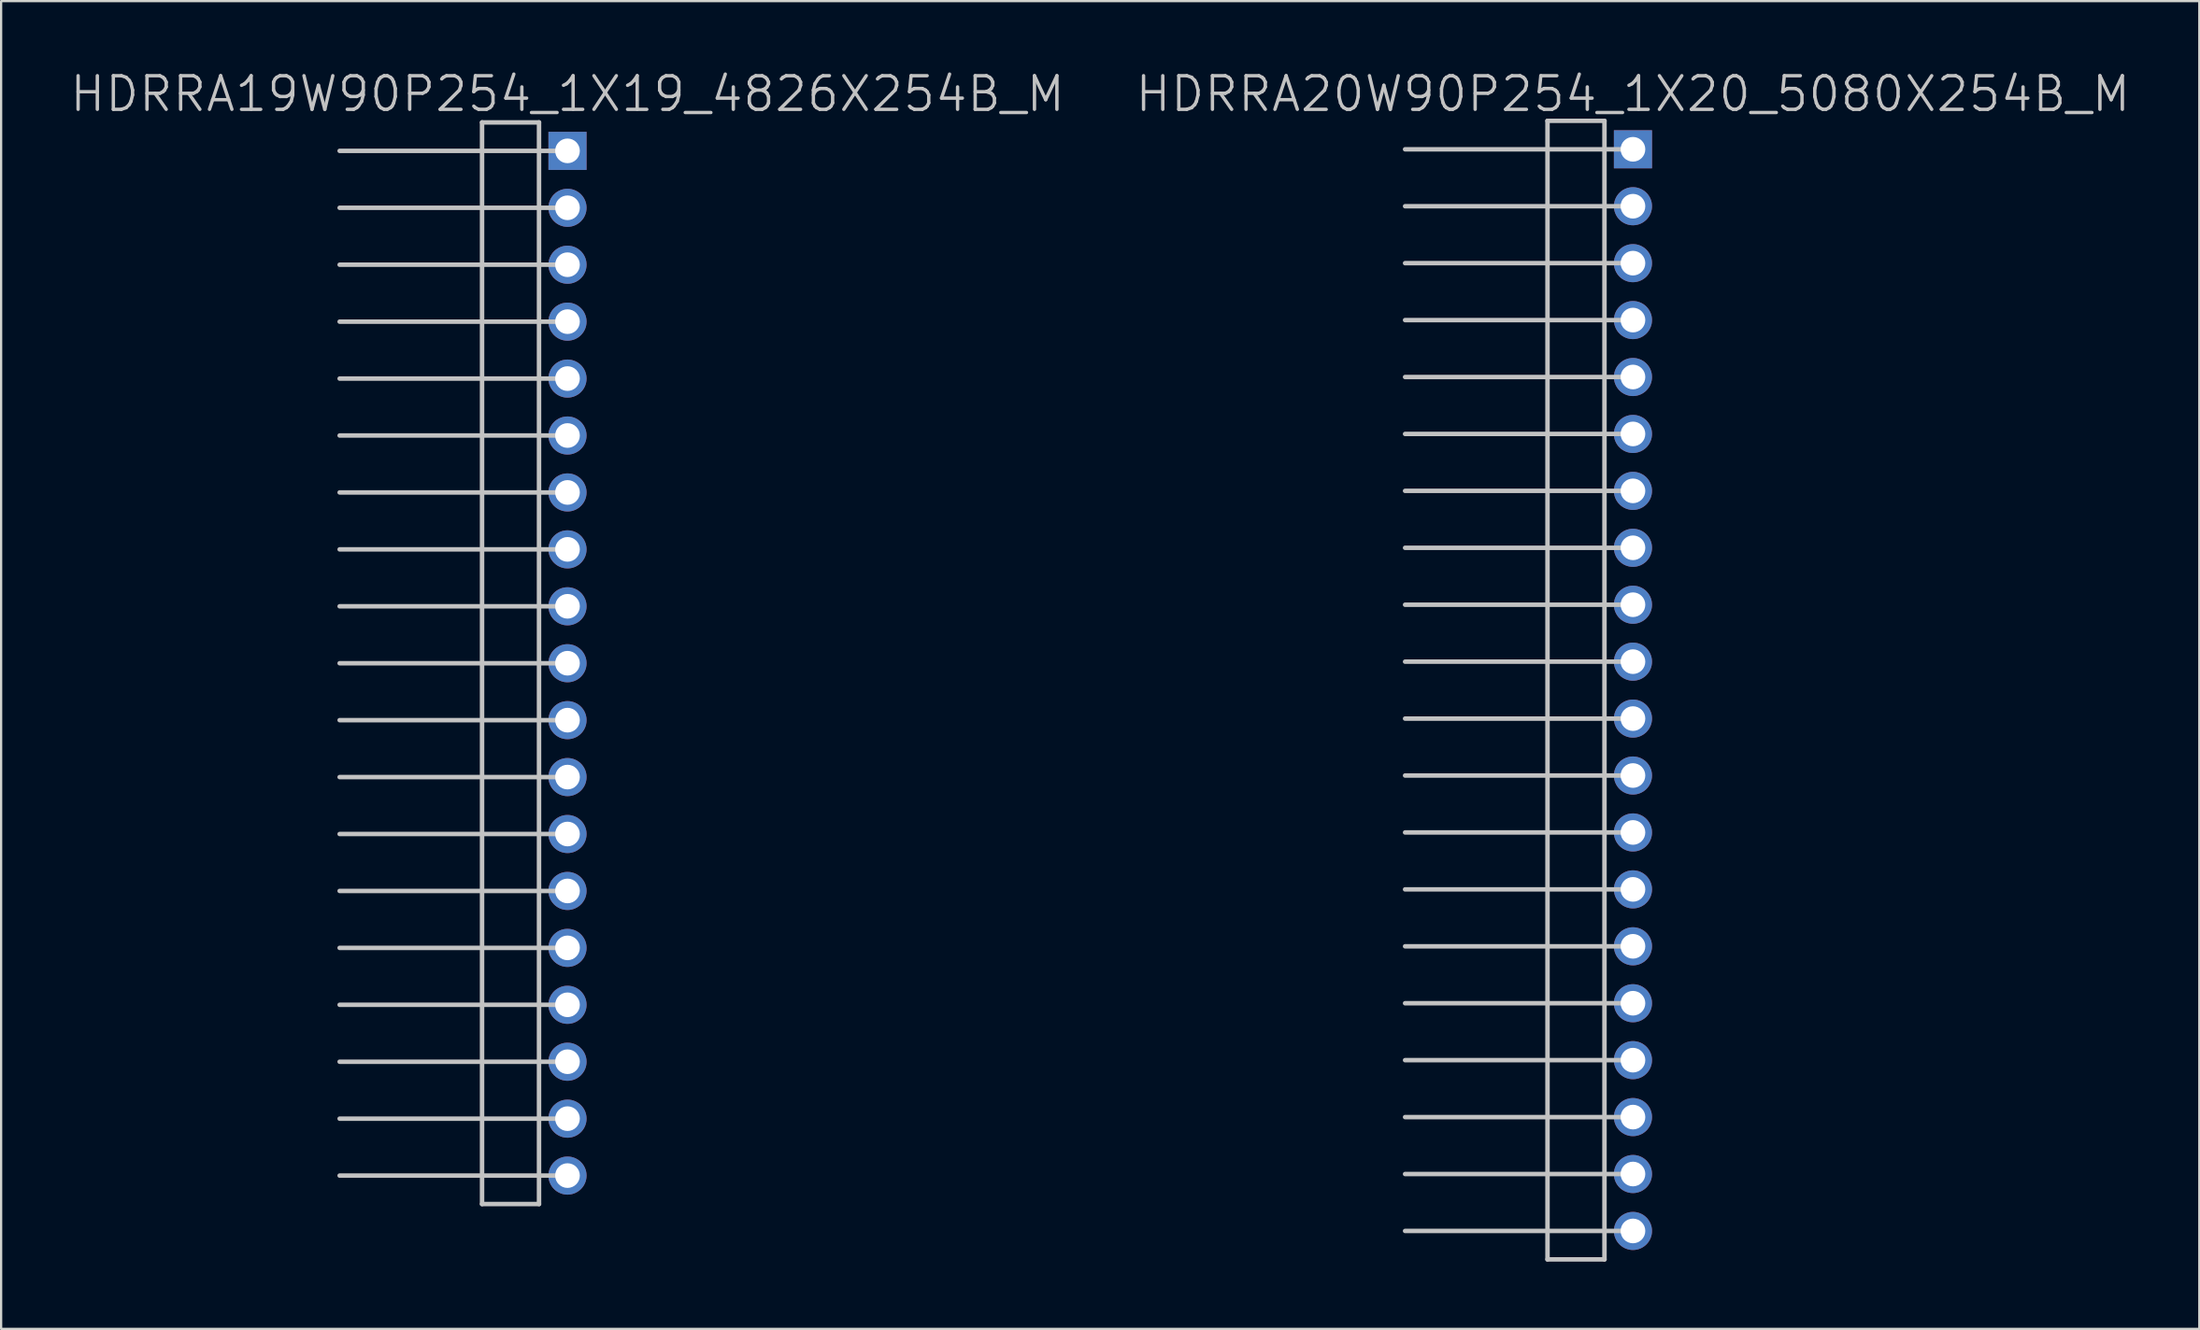
<source format=kicad_pcb>
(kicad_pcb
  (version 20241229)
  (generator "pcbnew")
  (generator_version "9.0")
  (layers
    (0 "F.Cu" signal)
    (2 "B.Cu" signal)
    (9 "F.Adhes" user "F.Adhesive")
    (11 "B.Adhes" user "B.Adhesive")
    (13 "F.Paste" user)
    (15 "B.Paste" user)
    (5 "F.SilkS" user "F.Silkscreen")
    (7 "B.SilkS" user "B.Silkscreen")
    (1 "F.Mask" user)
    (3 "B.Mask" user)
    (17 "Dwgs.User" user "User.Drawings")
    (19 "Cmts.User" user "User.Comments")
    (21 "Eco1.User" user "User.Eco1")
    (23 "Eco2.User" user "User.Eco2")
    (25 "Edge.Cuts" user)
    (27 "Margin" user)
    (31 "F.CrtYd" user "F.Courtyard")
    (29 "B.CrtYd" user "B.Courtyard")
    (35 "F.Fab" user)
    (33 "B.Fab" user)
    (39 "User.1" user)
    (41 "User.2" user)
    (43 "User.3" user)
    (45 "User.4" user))
  (footprint "HDRRA20W90P254_1X20_5080X254B_M"
    (layer "F.Cu")
    (at 69.761 27.741)
    (property "Reference" "HDRRA20W90P254_1X20_5080X254B_M" (at 0 -26.6 180) (layer "Dwgs.User") (effects (font (size 1.5 1.5) (thickness 0.15))))
    (attr through_hole)
    (fp_line (start -10.16 -19.05) (end 0 -19.05) (stroke (width 0.2) (type solid)) (layer "Dwgs.User"))
    (fp_line (start -10.16 6.35) (end 0 6.35) (stroke (width 0.2) (type solid)) (layer "Dwgs.User"))
    (fp_line (start -3.81 -25.4) (end -1.27 -25.4) (stroke (width 0.2) (type solid)) (layer "Dwgs.User"))
    (fp_line (start -3.81 25.4) (end -3.81 -25.4) (stroke (width 0.2) (type solid)) (layer "Dwgs.User"))
    (fp_line (start -1.27 -25.4) (end -1.27 25.4) (stroke (width 0.2) (type solid)) (layer "Dwgs.User"))
    (fp_line (start -1.27 25.4) (end -3.81 25.4) (stroke (width 0.2) (type solid)) (layer "Dwgs.User"))
    (fp_line (start 0 -24.13) (end -10.16 -24.13) (stroke (width 0.2) (type solid)) (layer "Dwgs.User"))
    (fp_line (start 0 -21.59) (end -10.16 -21.59) (stroke (width 0.2) (type solid)) (layer "Dwgs.User"))
    (fp_line (start 0 -16.51) (end -10.16 -16.51) (stroke (width 0.2) (type solid)) (layer "Dwgs.User"))
    (fp_line (start 0 -13.97) (end -10.16 -13.97) (stroke (width 0.2) (type solid)) (layer "Dwgs.User"))
    (fp_line (start 0 -11.43) (end -10.16 -11.43) (stroke (width 0.2) (type solid)) (layer "Dwgs.User"))
    (fp_line (start 0 -8.89) (end -10.16 -8.89) (stroke (width 0.2) (type solid)) (layer "Dwgs.User"))
    (fp_line (start 0 -6.35) (end -10.16 -6.35) (stroke (width 0.2) (type solid)) (layer "Dwgs.User"))
    (fp_line (start 0 -3.81) (end -10.16 -3.81) (stroke (width 0.2) (type solid)) (layer "Dwgs.User"))
    (fp_line (start 0 -1.27) (end -10.16 -1.27) (stroke (width 0.2) (type solid)) (layer "Dwgs.User"))
    (fp_line (start 0 1.27) (end -10.16 1.27) (stroke (width 0.2) (type solid)) (layer "Dwgs.User"))
    (fp_line (start 0 3.81) (end -10.16 3.81) (stroke (width 0.2) (type solid)) (layer "Dwgs.User"))
    (fp_line (start 0 8.89) (end -10.16 8.89) (stroke (width 0.2) (type solid)) (layer "Dwgs.User"))
    (fp_line (start 0 11.43) (end -10.16 11.43) (stroke (width 0.2) (type solid)) (layer "Dwgs.User"))
    (fp_line (start 0 13.97) (end -10.16 13.97) (stroke (width 0.2) (type solid)) (layer "Dwgs.User"))
    (fp_line (start 0 16.51) (end -10.16 16.51) (stroke (width 0.2) (type solid)) (layer "Dwgs.User"))
    (fp_line (start 0 19.05) (end -10.16 19.05) (stroke (width 0.2) (type solid)) (layer "Dwgs.User"))
    (fp_line (start 0 21.59) (end -10.16 21.59) (stroke (width 0.2) (type solid)) (layer "Dwgs.User"))
    (fp_line (start 0 24.13) (end -10.16 24.13) (stroke (width 0.2) (type solid)) (layer "Dwgs.User"))
    (pad "1" thru_hole rect (at 0 -24.13) (size 1.7 1.7) (drill 1.1) (layers "*.Cu" "*.Mask"))
    (pad "2" thru_hole circle (at 0 -21.59 270) (size 1.7 1.7) (drill 1.1) (layers "*.Cu" "*.Mask"))
    (pad "3" thru_hole circle (at 0 -19.05 270) (size 1.7 1.7) (drill 1.1) (layers "*.Cu" "*.Mask"))
    (pad "4" thru_hole circle (at 0 -16.51 270) (size 1.7 1.7) (drill 1.1) (layers "*.Cu" "*.Mask"))
    (pad "5" thru_hole circle (at 0 -13.97 270) (size 1.7 1.7) (drill 1.1) (layers "*.Cu" "*.Mask"))
    (pad "6" thru_hole circle (at 0 -11.43 270) (size 1.7 1.7) (drill 1.1) (layers "*.Cu" "*.Mask"))
    (pad "7" thru_hole circle (at 0 -8.89 270) (size 1.7 1.7) (drill 1.1) (layers "*.Cu" "*.Mask"))
    (pad "8" thru_hole circle (at 0 -6.35 270) (size 1.7 1.7) (drill 1.1) (layers "*.Cu" "*.Mask"))
    (pad "9" thru_hole circle (at 0 -3.81 270) (size 1.7 1.7) (drill 1.1) (layers "*.Cu" "*.Mask"))
    (pad "10" thru_hole circle (at 0 -1.27 270) (size 1.7 1.7) (drill 1.1) (layers "*.Cu" "*.Mask"))
    (pad "11" thru_hole circle (at 0 1.27 270) (size 1.7 1.7) (drill 1.1) (layers "*.Cu" "*.Mask"))
    (pad "12" thru_hole circle (at 0 3.81 270) (size 1.7 1.7) (drill 1.1) (layers "*.Cu" "*.Mask"))
    (pad "13" thru_hole circle (at 0 6.35 270) (size 1.7 1.7) (drill 1.1) (layers "*.Cu" "*.Mask"))
    (pad "14" thru_hole circle (at 0 8.89 270) (size 1.7 1.7) (drill 1.1) (layers "*.Cu" "*.Mask"))
    (pad "15" thru_hole circle (at 0 11.43 270) (size 1.7 1.7) (drill 1.1) (layers "*.Cu" "*.Mask"))
    (pad "16" thru_hole circle (at 0 13.97 270) (size 1.7 1.7) (drill 1.1) (layers "*.Cu" "*.Mask"))
    (pad "17" thru_hole circle (at 0 16.51 270) (size 1.7 1.7) (drill 1.1) (layers "*.Cu" "*.Mask"))
    (pad "18" thru_hole circle (at 0 19.05 270) (size 1.7 1.7) (drill 1.1) (layers "*.Cu" "*.Mask"))
    (pad "19" thru_hole circle (at 0 21.59 270) (size 1.7 1.7) (drill 1.1) (layers "*.Cu" "*.Mask"))
    (pad "20" thru_hole circle (at 0 24.13 270) (size 1.7 1.7) (drill 1.1) (layers "*.Cu" "*.Mask")))
  (footprint "HDRRA19W90P254_1X19_4826X254B_M"
    (layer "F.Cu")
    (at 22.254 26.541)
    (property "Reference" "HDRRA19W90P254_1X19_4826X254B_M" (at 0 -25.4 180) (layer "Dwgs.User") (effects (font (size 1.5 1.5) (thickness 0.15))))
    (attr through_hole)
    (fp_line (start -10.16 -17.78) (end 0 -17.78) (stroke (width 0.2) (type solid)) (layer "Dwgs.User"))
    (fp_line (start -10.16 7.62) (end 0 7.62) (stroke (width 0.2) (type solid)) (layer "Dwgs.User"))
    (fp_line (start -3.81 -24.13) (end -1.27 -24.13) (stroke (width 0.2) (type solid)) (layer "Dwgs.User"))
    (fp_line (start -3.81 24.13) (end -3.81 -24.13) (stroke (width 0.2) (type solid)) (layer "Dwgs.User"))
    (fp_line (start -1.27 -24.13) (end -1.27 24.13) (stroke (width 0.2) (type solid)) (layer "Dwgs.User"))
    (fp_line (start -1.27 24.13) (end -3.81 24.13) (stroke (width 0.2) (type solid)) (layer "Dwgs.User"))
    (fp_line (start 0 -22.86) (end -10.16 -22.86) (stroke (width 0.2) (type solid)) (layer "Dwgs.User"))
    (fp_line (start 0 -20.32) (end -10.16 -20.32) (stroke (width 0.2) (type solid)) (layer "Dwgs.User"))
    (fp_line (start 0 -15.24) (end -10.16 -15.24) (stroke (width 0.2) (type solid)) (layer "Dwgs.User"))
    (fp_line (start 0 -12.7) (end -10.16 -12.7) (stroke (width 0.2) (type solid)) (layer "Dwgs.User"))
    (fp_line (start 0 -10.16) (end -10.16 -10.16) (stroke (width 0.2) (type solid)) (layer "Dwgs.User"))
    (fp_line (start 0 -7.62) (end -10.16 -7.62) (stroke (width 0.2) (type solid)) (layer "Dwgs.User"))
    (fp_line (start 0 -5.08) (end -10.16 -5.08) (stroke (width 0.2) (type solid)) (layer "Dwgs.User"))
    (fp_line (start 0 -2.54) (end -10.16 -2.54) (stroke (width 0.2) (type solid)) (layer "Dwgs.User"))
    (fp_line (start 0 0) (end -10.16 0) (stroke (width 0.2) (type solid)) (layer "Dwgs.User"))
    (fp_line (start 0 2.54) (end -10.16 2.54) (stroke (width 0.2) (type solid)) (layer "Dwgs.User"))
    (fp_line (start 0 5.08) (end -10.16 5.08) (stroke (width 0.2) (type solid)) (layer "Dwgs.User"))
    (fp_line (start 0 10.16) (end -10.16 10.16) (stroke (width 0.2) (type solid)) (layer "Dwgs.User"))
    (fp_line (start 0 12.7) (end -10.16 12.7) (stroke (width 0.2) (type solid)) (layer "Dwgs.User"))
    (fp_line (start 0 15.24) (end -10.16 15.24) (stroke (width 0.2) (type solid)) (layer "Dwgs.User"))
    (fp_line (start 0 17.78) (end -10.16 17.78) (stroke (width 0.2) (type solid)) (layer "Dwgs.User"))
    (fp_line (start 0 20.32) (end -10.16 20.32) (stroke (width 0.2) (type solid)) (layer "Dwgs.User"))
    (fp_line (start 0 22.86) (end -10.16 22.86) (stroke (width 0.2) (type solid)) (layer "Dwgs.User"))
    (pad "1" thru_hole rect (at 0 -22.86) (size 1.7 1.7) (drill 1.1) (layers "*.Cu" "*.Mask"))
    (pad "2" thru_hole circle (at 0 -20.32 270) (size 1.7 1.7) (drill 1.1) (layers "*.Cu" "*.Mask"))
    (pad "3" thru_hole circle (at 0 -17.78 270) (size 1.7 1.7) (drill 1.1) (layers "*.Cu" "*.Mask"))
    (pad "4" thru_hole circle (at 0 -15.24 270) (size 1.7 1.7) (drill 1.1) (layers "*.Cu" "*.Mask"))
    (pad "5" thru_hole circle (at 0 -12.7 270) (size 1.7 1.7) (drill 1.1) (layers "*.Cu" "*.Mask"))
    (pad "6" thru_hole circle (at 0 -10.16 270) (size 1.7 1.7) (drill 1.1) (layers "*.Cu" "*.Mask"))
    (pad "7" thru_hole circle (at 0 -7.62 270) (size 1.7 1.7) (drill 1.1) (layers "*.Cu" "*.Mask"))
    (pad "8" thru_hole circle (at 0 -5.08 270) (size 1.7 1.7) (drill 1.1) (layers "*.Cu" "*.Mask"))
    (pad "9" thru_hole circle (at 0 -2.54 270) (size 1.7 1.7) (drill 1.1) (layers "*.Cu" "*.Mask"))
    (pad "10" thru_hole circle (at 0 0 270) (size 1.7 1.7) (drill 1.1) (layers "*.Cu" "*.Mask"))
    (pad "11" thru_hole circle (at 0 2.54 270) (size 1.7 1.7) (drill 1.1) (layers "*.Cu" "*.Mask"))
    (pad "12" thru_hole circle (at 0 5.08 270) (size 1.7 1.7) (drill 1.1) (layers "*.Cu" "*.Mask"))
    (pad "13" thru_hole circle (at 0 7.62 270) (size 1.7 1.7) (drill 1.1) (layers "*.Cu" "*.Mask"))
    (pad "14" thru_hole circle (at 0 10.16 270) (size 1.7 1.7) (drill 1.1) (layers "*.Cu" "*.Mask"))
    (pad "15" thru_hole circle (at 0 12.7 270) (size 1.7 1.7) (drill 1.1) (layers "*.Cu" "*.Mask"))
    (pad "16" thru_hole circle (at 0 15.24 270) (size 1.7 1.7) (drill 1.1) (layers "*.Cu" "*.Mask"))
    (pad "17" thru_hole circle (at 0 17.78 270) (size 1.7 1.7) (drill 1.1) (layers "*.Cu" "*.Mask"))
    (pad "18" thru_hole circle (at 0 20.32 270) (size 1.7 1.7) (drill 1.1) (layers "*.Cu" "*.Mask"))
    (pad "19" thru_hole circle (at 0 22.86 270) (size 1.7 1.7) (drill 1.1) (layers "*.Cu" "*.Mask")))
  (gr_rect
    (start -3 -3)
    (end 95.014 56.241)
    (stroke (width 0.1) (type default))
    (fill no)
    (layer "Edge.Cuts")))
</source>
